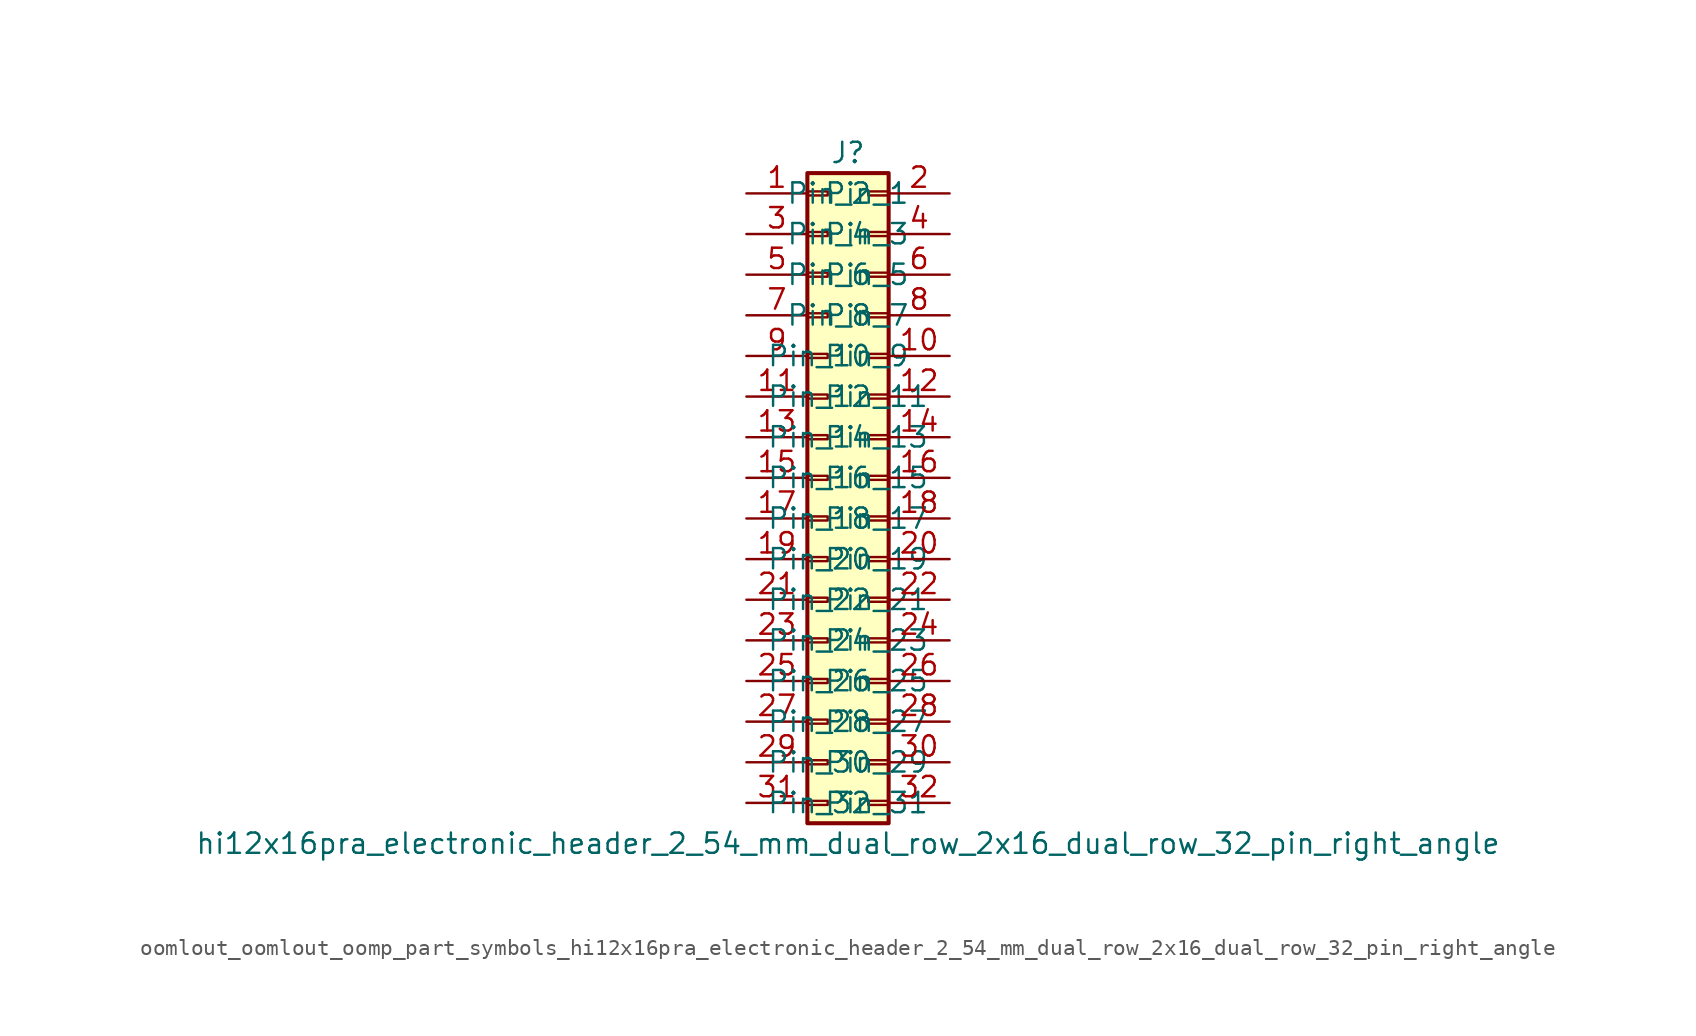
<source format=kicad_sym>
(kicad_symbol_lib
  (version 20220914)
  (generator kicad_symbol_editor)
  (symbol "oomlout_oomlout_oomp_part_symbols_hi12x16pra_electronic_header_2_54_mm_dual_row_2x16_dual_row_32_pin_right_angle"
    (pin_names
      (offset 1.016))
    (property "Reference" "J"
      (at 1.27 20.32 0)
      (effects (font (size 1.27 1.27))))
    (property "Value" "hi12x16pra_electronic_header_2_54_mm_dual_row_2x16_dual_row_32_pin_right_angle"
      (at 1.27 -22.86 0)
      (effects (font (size 1.27 1.27))))
    (symbol "oomlout_oomlout_oomp_part_symbols_hi12x16pra_electronic_header_2_54_mm_dual_row_2x16_dual_row_32_pin_right_angle_1_1"
      (rectangle (start -1.27 -20.193) (end 0 -20.447) (stroke (width 0.152) (type default)) (fill (type none)))
      (rectangle (start -1.27 -17.653) (end 0 -17.907) (stroke (width 0.152) (type default)) (fill (type none)))
      (rectangle (start -1.27 -15.113) (end 0 -15.367) (stroke (width 0.152) (type default)) (fill (type none)))
      (rectangle (start -1.27 -12.573) (end 0 -12.827) (stroke (width 0.152) (type default)) (fill (type none)))
      (rectangle (start -1.27 -10.033) (end 0 -10.287) (stroke (width 0.152) (type default)) (fill (type none)))
      (rectangle (start -1.27 -7.493) (end 0 -7.747) (stroke (width 0.152) (type default)) (fill (type none)))
      (rectangle (start -1.27 -4.953) (end 0 -5.207) (stroke (width 0.152) (type default)) (fill (type none)))
      (rectangle (start -1.27 -2.413) (end 0 -2.667) (stroke (width 0.152) (type default)) (fill (type none)))
      (rectangle (start -1.27 0.127) (end 0 -0.127) (stroke (width 0.152) (type default)) (fill (type none)))
      (rectangle (start -1.27 2.667) (end 0 2.413) (stroke (width 0.152) (type default)) (fill (type none)))
      (rectangle (start -1.27 5.207) (end 0 4.953) (stroke (width 0.152) (type default)) (fill (type none)))
      (rectangle (start -1.27 7.747) (end 0 7.493) (stroke (width 0.152) (type default)) (fill (type none)))
      (rectangle (start -1.27 10.287) (end 0 10.033) (stroke (width 0.152) (type default)) (fill (type none)))
      (rectangle (start -1.27 12.827) (end 0 12.573) (stroke (width 0.152) (type default)) (fill (type none)))
      (rectangle (start -1.27 15.367) (end 0 15.113) (stroke (width 0.152) (type default)) (fill (type none)))
      (rectangle (start -1.27 17.907) (end 0 17.653) (stroke (width 0.152) (type default)) (fill (type none)))
      (rectangle (start -1.27 19.05) (end 3.81 -21.59) (stroke (width 0.254) (type default)) (fill (type background)))
      (rectangle (start 3.81 -20.193) (end 2.54 -20.447) (stroke (width 0.152) (type default)) (fill (type none)))
      (rectangle (start 3.81 -17.653) (end 2.54 -17.907) (stroke (width 0.152) (type default)) (fill (type none)))
      (rectangle (start 3.81 -15.113) (end 2.54 -15.367) (stroke (width 0.152) (type default)) (fill (type none)))
      (rectangle (start 3.81 -12.573) (end 2.54 -12.827) (stroke (width 0.152) (type default)) (fill (type none)))
      (rectangle (start 3.81 -10.033) (end 2.54 -10.287) (stroke (width 0.152) (type default)) (fill (type none)))
      (rectangle (start 3.81 -7.493) (end 2.54 -7.747) (stroke (width 0.152) (type default)) (fill (type none)))
      (rectangle (start 3.81 -4.953) (end 2.54 -5.207) (stroke (width 0.152) (type default)) (fill (type none)))
      (rectangle (start 3.81 -2.413) (end 2.54 -2.667) (stroke (width 0.152) (type default)) (fill (type none)))
      (rectangle (start 3.81 0.127) (end 2.54 -0.127) (stroke (width 0.152) (type default)) (fill (type none)))
      (rectangle (start 3.81 2.667) (end 2.54 2.413) (stroke (width 0.152) (type default)) (fill (type none)))
      (rectangle (start 3.81 5.207) (end 2.54 4.953) (stroke (width 0.152) (type default)) (fill (type none)))
      (rectangle (start 3.81 7.747) (end 2.54 7.493) (stroke (width 0.152) (type default)) (fill (type none)))
      (rectangle (start 3.81 10.287) (end 2.54 10.033) (stroke (width 0.152) (type default)) (fill (type none)))
      (rectangle (start 3.81 12.827) (end 2.54 12.573) (stroke (width 0.152) (type default)) (fill (type none)))
      (rectangle (start 3.81 15.367) (end 2.54 15.113) (stroke (width 0.152) (type default)) (fill (type none)))
      (rectangle (start 3.81 17.907) (end 2.54 17.653) (stroke (width 0.152) (type default)) (fill (type none)))
      (pin passive line (at -5.08 17.78 0) (length 3.81) (name "Pin_1" (effects (font (size 1.27 1.27)))) (number "1" (effects (font (size 1.27 1.27)))))
      (pin passive line (at 7.62 7.62 180) (length 3.81) (name "Pin_10" (effects (font (size 1.27 1.27)))) (number "10" (effects (font (size 1.27 1.27)))))
      (pin passive line (at -5.08 5.08 0) (length 3.81) (name "Pin_11" (effects (font (size 1.27 1.27)))) (number "11" (effects (font (size 1.27 1.27)))))
      (pin passive line (at 7.62 5.08 180) (length 3.81) (name "Pin_12" (effects (font (size 1.27 1.27)))) (number "12" (effects (font (size 1.27 1.27)))))
      (pin passive line (at -5.08 2.54 0) (length 3.81) (name "Pin_13" (effects (font (size 1.27 1.27)))) (number "13" (effects (font (size 1.27 1.27)))))
      (pin passive line (at 7.62 2.54 180) (length 3.81) (name "Pin_14" (effects (font (size 1.27 1.27)))) (number "14" (effects (font (size 1.27 1.27)))))
      (pin passive line (at -5.08 0 0) (length 3.81) (name "Pin_15" (effects (font (size 1.27 1.27)))) (number "15" (effects (font (size 1.27 1.27)))))
      (pin passive line (at 7.62 0 180) (length 3.81) (name "Pin_16" (effects (font (size 1.27 1.27)))) (number "16" (effects (font (size 1.27 1.27)))))
      (pin passive line (at -5.08 -2.54 0) (length 3.81) (name "Pin_17" (effects (font (size 1.27 1.27)))) (number "17" (effects (font (size 1.27 1.27)))))
      (pin passive line (at 7.62 -2.54 180) (length 3.81) (name "Pin_18" (effects (font (size 1.27 1.27)))) (number "18" (effects (font (size 1.27 1.27)))))
      (pin passive line (at -5.08 -5.08 0) (length 3.81) (name "Pin_19" (effects (font (size 1.27 1.27)))) (number "19" (effects (font (size 1.27 1.27)))))
      (pin passive line (at 7.62 17.78 180) (length 3.81) (name "Pin_2" (effects (font (size 1.27 1.27)))) (number "2" (effects (font (size 1.27 1.27)))))
      (pin passive line (at 7.62 -5.08 180) (length 3.81) (name "Pin_20" (effects (font (size 1.27 1.27)))) (number "20" (effects (font (size 1.27 1.27)))))
      (pin passive line (at -5.08 -7.62 0) (length 3.81) (name "Pin_21" (effects (font (size 1.27 1.27)))) (number "21" (effects (font (size 1.27 1.27)))))
      (pin passive line (at 7.62 -7.62 180) (length 3.81) (name "Pin_22" (effects (font (size 1.27 1.27)))) (number "22" (effects (font (size 1.27 1.27)))))
      (pin passive line (at -5.08 -10.16 0) (length 3.81) (name "Pin_23" (effects (font (size 1.27 1.27)))) (number "23" (effects (font (size 1.27 1.27)))))
      (pin passive line (at 7.62 -10.16 180) (length 3.81) (name "Pin_24" (effects (font (size 1.27 1.27)))) (number "24" (effects (font (size 1.27 1.27)))))
      (pin passive line (at -5.08 -12.7 0) (length 3.81) (name "Pin_25" (effects (font (size 1.27 1.27)))) (number "25" (effects (font (size 1.27 1.27)))))
      (pin passive line (at 7.62 -12.7 180) (length 3.81) (name "Pin_26" (effects (font (size 1.27 1.27)))) (number "26" (effects (font (size 1.27 1.27)))))
      (pin passive line (at -5.08 -15.24 0) (length 3.81) (name "Pin_27" (effects (font (size 1.27 1.27)))) (number "27" (effects (font (size 1.27 1.27)))))
      (pin passive line (at 7.62 -15.24 180) (length 3.81) (name "Pin_28" (effects (font (size 1.27 1.27)))) (number "28" (effects (font (size 1.27 1.27)))))
      (pin passive line (at -5.08 -17.78 0) (length 3.81) (name "Pin_29" (effects (font (size 1.27 1.27)))) (number "29" (effects (font (size 1.27 1.27)))))
      (pin passive line (at -5.08 15.24 0) (length 3.81) (name "Pin_3" (effects (font (size 1.27 1.27)))) (number "3" (effects (font (size 1.27 1.27)))))
      (pin passive line (at 7.62 -17.78 180) (length 3.81) (name "Pin_30" (effects (font (size 1.27 1.27)))) (number "30" (effects (font (size 1.27 1.27)))))
      (pin passive line (at -5.08 -20.32 0) (length 3.81) (name "Pin_31" (effects (font (size 1.27 1.27)))) (number "31" (effects (font (size 1.27 1.27)))))
      (pin passive line (at 7.62 -20.32 180) (length 3.81) (name "Pin_32" (effects (font (size 1.27 1.27)))) (number "32" (effects (font (size 1.27 1.27)))))
      (pin passive line (at 7.62 15.24 180) (length 3.81) (name "Pin_4" (effects (font (size 1.27 1.27)))) (number "4" (effects (font (size 1.27 1.27)))))
      (pin passive line (at -5.08 12.7 0) (length 3.81) (name "Pin_5" (effects (font (size 1.27 1.27)))) (number "5" (effects (font (size 1.27 1.27)))))
      (pin passive line (at 7.62 12.7 180) (length 3.81) (name "Pin_6" (effects (font (size 1.27 1.27)))) (number "6" (effects (font (size 1.27 1.27)))))
      (pin passive line (at -5.08 10.16 0) (length 3.81) (name "Pin_7" (effects (font (size 1.27 1.27)))) (number "7" (effects (font (size 1.27 1.27)))))
      (pin passive line (at 7.62 10.16 180) (length 3.81) (name "Pin_8" (effects (font (size 1.27 1.27)))) (number "8" (effects (font (size 1.27 1.27)))))
      (pin passive line (at -5.08 7.62 0) (length 3.81) (name "Pin_9" (effects (font (size 1.27 1.27)))) (number "9" (effects (font (size 1.27 1.27))))))))
</source>
